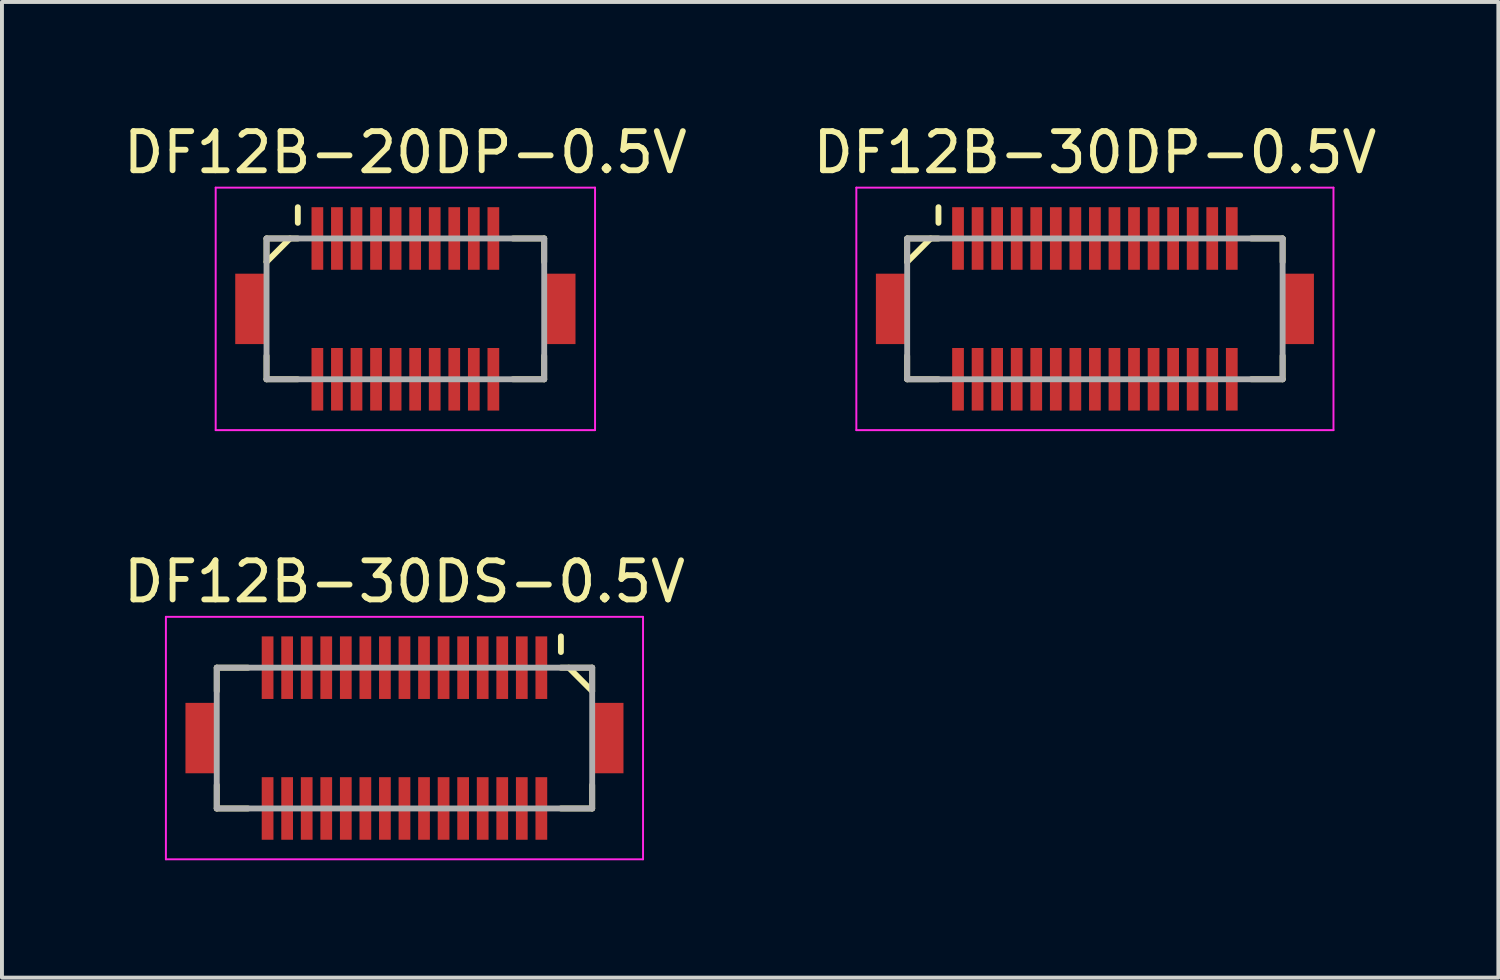
<source format=kicad_pcb>
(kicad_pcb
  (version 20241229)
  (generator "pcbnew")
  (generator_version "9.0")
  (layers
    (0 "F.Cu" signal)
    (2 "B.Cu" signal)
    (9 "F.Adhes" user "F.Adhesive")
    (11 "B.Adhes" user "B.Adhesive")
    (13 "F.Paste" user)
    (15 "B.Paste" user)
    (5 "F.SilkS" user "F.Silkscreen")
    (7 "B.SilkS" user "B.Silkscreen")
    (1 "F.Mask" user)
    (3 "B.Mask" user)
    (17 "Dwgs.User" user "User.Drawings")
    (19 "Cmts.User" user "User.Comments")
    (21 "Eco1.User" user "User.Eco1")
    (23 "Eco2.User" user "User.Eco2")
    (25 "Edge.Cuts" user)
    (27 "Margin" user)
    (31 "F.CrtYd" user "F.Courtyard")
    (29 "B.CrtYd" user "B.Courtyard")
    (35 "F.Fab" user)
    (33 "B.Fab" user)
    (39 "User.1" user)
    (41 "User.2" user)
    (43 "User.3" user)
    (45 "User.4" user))
  (footprint "DF12B-20DP-0.5V"
    (layer "F.Cu")
    (at 7.315 4.848)
    (property "Reference" "DF12B-20DP-0.5V" (at 0 -4 0) (layer "F.SilkS") (effects (font (size 1 1) (thickness 0.15))))
    (attr smd)
    (fp_line (start -3.55 -1.8) (end -3.55 -1.2) (stroke (width 0.15) (type solid)) (layer "F.SilkS"))
    (fp_line (start -3.55 -1.8) (end -2.75 -1.8) (stroke (width 0.15) (type solid)) (layer "F.SilkS"))
    (fp_line (start -3.55 1.2) (end -3.55 1.8) (stroke (width 0.15) (type solid)) (layer "F.SilkS"))
    (fp_line (start -3.55 1.8) (end -2.75 1.8) (stroke (width 0.15) (type solid)) (layer "F.SilkS"))
    (fp_line (start -2.95 -1.8) (end -3.55 -1.2) (stroke (width 0.15) (type solid)) (layer "F.SilkS"))
    (fp_line (start -2.75 -2.6) (end -2.75 -2.2) (stroke (width 0.15) (type solid)) (layer "F.SilkS"))
    (fp_line (start 2.75 -1.8) (end 3.55 -1.8) (stroke (width 0.15) (type solid)) (layer "F.SilkS"))
    (fp_line (start 2.75 1.8) (end 3.55 1.8) (stroke (width 0.15) (type solid)) (layer "F.SilkS"))
    (fp_line (start 3.55 -1.8) (end 3.55 -1.2) (stroke (width 0.15) (type solid)) (layer "F.SilkS"))
    (fp_line (start 3.55 1.2) (end 3.55 1.8) (stroke (width 0.15) (type solid)) (layer "F.SilkS"))
    (fp_line (start -4.85 -3.1) (end -4.85 3.1) (stroke (width 0.05) (type solid)) (layer "F.CrtYd"))
    (fp_line (start -4.85 -3.1) (end 4.85 -3.1) (stroke (width 0.05) (type solid)) (layer "F.CrtYd"))
    (fp_line (start -4.85 3.1) (end 4.85 3.1) (stroke (width 0.05) (type solid)) (layer "F.CrtYd"))
    (fp_line (start 4.85 -3.1) (end 4.85 3.1) (stroke (width 0.05) (type solid)) (layer "F.CrtYd"))
    (fp_line (start -3.55 -1.8) (end -3.55 1.8) (stroke (width 0.15) (type solid)) (layer "F.Fab"))
    (fp_line (start -3.55 -1.8) (end 3.55 -1.8) (stroke (width 0.15) (type solid)) (layer "F.Fab"))
    (fp_line (start -3.55 1.8) (end 3.55 1.8) (stroke (width 0.15) (type solid)) (layer "F.Fab"))
    (fp_line (start 3.55 -1.8) (end 3.55 1.8) (stroke (width 0.15) (type solid)) (layer "F.Fab"))
    (pad "1" smd rect (at -2.25 -1.8) (size 0.3 1.6) (layers "F.Cu" "F.Mask" "F.Paste"))
    (pad "2" smd rect (at -2.25 1.8) (size 0.3 1.6) (layers "F.Cu" "F.Mask" "F.Paste"))
    (pad "3" smd rect (at -1.75 -1.8) (size 0.3 1.6) (layers "F.Cu" "F.Mask" "F.Paste"))
    (pad "4" smd rect (at -1.75 1.8) (size 0.3 1.6) (layers "F.Cu" "F.Mask" "F.Paste"))
    (pad "5" smd rect (at -1.25 -1.8) (size 0.3 1.6) (layers "F.Cu" "F.Mask" "F.Paste"))
    (pad "6" smd rect (at -1.25 1.8) (size 0.3 1.6) (layers "F.Cu" "F.Mask" "F.Paste"))
    (pad "7" smd rect (at -0.75 -1.8) (size 0.3 1.6) (layers "F.Cu" "F.Mask" "F.Paste"))
    (pad "8" smd rect (at -0.75 1.8) (size 0.3 1.6) (layers "F.Cu" "F.Mask" "F.Paste"))
    (pad "9" smd rect (at -0.25 -1.8) (size 0.3 1.6) (layers "F.Cu" "F.Mask" "F.Paste"))
    (pad "10" smd rect (at -0.25 1.8) (size 0.3 1.6) (layers "F.Cu" "F.Mask" "F.Paste"))
    (pad "11" smd rect (at 0.25 -1.8) (size 0.3 1.6) (layers "F.Cu" "F.Mask" "F.Paste"))
    (pad "12" smd rect (at 0.25 1.8) (size 0.3 1.6) (layers "F.Cu" "F.Mask" "F.Paste"))
    (pad "13" smd rect (at 0.75 -1.8) (size 0.3 1.6) (layers "F.Cu" "F.Mask" "F.Paste"))
    (pad "14" smd rect (at 0.75 1.8) (size 0.3 1.6) (layers "F.Cu" "F.Mask" "F.Paste"))
    (pad "15" smd rect (at 1.25 -1.8) (size 0.3 1.6) (layers "F.Cu" "F.Mask" "F.Paste"))
    (pad "16" smd rect (at 1.25 1.8) (size 0.3 1.6) (layers "F.Cu" "F.Mask" "F.Paste"))
    (pad "17" smd rect (at 1.75 -1.8) (size 0.3 1.6) (layers "F.Cu" "F.Mask" "F.Paste"))
    (pad "18" smd rect (at 1.75 1.8) (size 0.3 1.6) (layers "F.Cu" "F.Mask" "F.Paste"))
    (pad "19" smd rect (at 2.25 -1.8) (size 0.3 1.6) (layers "F.Cu" "F.Mask" "F.Paste"))
    (pad "20" smd rect (at 2.25 1.8) (size 0.3 1.6) (layers "F.Cu" "F.Mask" "F.Paste"))
    (pad "S" smd rect (at -3.95 0) (size 0.8 1.8) (layers "F.Cu" "F.Mask" "F.Paste"))
    (pad "S" smd rect (at 3.95 0) (size 0.8 1.8) (layers "F.Cu" "F.Mask" "F.Paste")))
  (footprint "DF12B-30DS-0.5V"
    (layer "F.Cu")
    (at 7.292 15.822)
    (property "Reference" "DF12B-30DS-0.5V" (at 0 -4 0) (layer "F.SilkS") (effects (font (size 1 1) (thickness 0.15))))
    (attr smd)
    (fp_line (start -4.8 -1.8) (end -4.8 -1.2) (stroke (width 0.15) (type solid)) (layer "F.SilkS"))
    (fp_line (start -4.8 -1.8) (end -4 -1.8) (stroke (width 0.15) (type solid)) (layer "F.SilkS"))
    (fp_line (start -4.8 1.2) (end -4.8 1.8) (stroke (width 0.15) (type solid)) (layer "F.SilkS"))
    (fp_line (start -4.8 1.8) (end -4 1.8) (stroke (width 0.15) (type solid)) (layer "F.SilkS"))
    (fp_line (start 4 -2.6) (end 4 -2.2) (stroke (width 0.15) (type solid)) (layer "F.SilkS"))
    (fp_line (start 4 -1.8) (end 4.8 -1.8) (stroke (width 0.15) (type solid)) (layer "F.SilkS"))
    (fp_line (start 4 1.8) (end 4.8 1.8) (stroke (width 0.15) (type solid)) (layer "F.SilkS"))
    (fp_line (start 4.2 -1.8) (end 4.8 -1.2) (stroke (width 0.15) (type solid)) (layer "F.SilkS"))
    (fp_line (start 4.8 -1.8) (end 4.8 -1.2) (stroke (width 0.15) (type solid)) (layer "F.SilkS"))
    (fp_line (start 4.8 1.2) (end 4.8 1.8) (stroke (width 0.15) (type solid)) (layer "F.SilkS"))
    (fp_line (start -6.1 -3.1) (end -6.1 3.1) (stroke (width 0.05) (type solid)) (layer "F.CrtYd"))
    (fp_line (start -6.1 -3.1) (end 6.1 -3.1) (stroke (width 0.05) (type solid)) (layer "F.CrtYd"))
    (fp_line (start -6.1 3.1) (end 6.1 3.1) (stroke (width 0.05) (type solid)) (layer "F.CrtYd"))
    (fp_line (start 6.1 -3.1) (end 6.1 3.1) (stroke (width 0.05) (type solid)) (layer "F.CrtYd"))
    (fp_line (start -4.8 -1.8) (end -4.8 1.8) (stroke (width 0.15) (type solid)) (layer "F.Fab"))
    (fp_line (start -4.8 -1.8) (end 4.8 -1.8) (stroke (width 0.15) (type solid)) (layer "F.Fab"))
    (fp_line (start -4.8 1.8) (end 4.8 1.8) (stroke (width 0.15) (type solid)) (layer "F.Fab"))
    (fp_line (start 4.8 -1.8) (end 4.8 1.8) (stroke (width 0.15) (type solid)) (layer "F.Fab"))
    (pad "1" smd rect (at 3.5 -1.8) (size 0.3 1.6) (layers "F.Cu" "F.Mask" "F.Paste"))
    (pad "2" smd rect (at 3.5 1.8) (size 0.3 1.6) (layers "F.Cu" "F.Mask" "F.Paste"))
    (pad "3" smd rect (at 3 -1.8) (size 0.3 1.6) (layers "F.Cu" "F.Mask" "F.Paste"))
    (pad "4" smd rect (at 3 1.8) (size 0.3 1.6) (layers "F.Cu" "F.Mask" "F.Paste"))
    (pad "5" smd rect (at 2.5 -1.8) (size 0.3 1.6) (layers "F.Cu" "F.Mask" "F.Paste"))
    (pad "6" smd rect (at 2.5 1.8) (size 0.3 1.6) (layers "F.Cu" "F.Mask" "F.Paste"))
    (pad "7" smd rect (at 2 -1.8) (size 0.3 1.6) (layers "F.Cu" "F.Mask" "F.Paste"))
    (pad "8" smd rect (at 2 1.8) (size 0.3 1.6) (layers "F.Cu" "F.Mask" "F.Paste"))
    (pad "9" smd rect (at 1.5 -1.8) (size 0.3 1.6) (layers "F.Cu" "F.Mask" "F.Paste"))
    (pad "10" smd rect (at 1.5 1.8) (size 0.3 1.6) (layers "F.Cu" "F.Mask" "F.Paste"))
    (pad "11" smd rect (at 1 -1.8) (size 0.3 1.6) (layers "F.Cu" "F.Mask" "F.Paste"))
    (pad "12" smd rect (at 1 1.8) (size 0.3 1.6) (layers "F.Cu" "F.Mask" "F.Paste"))
    (pad "13" smd rect (at 0.5 -1.8) (size 0.3 1.6) (layers "F.Cu" "F.Mask" "F.Paste"))
    (pad "14" smd rect (at 0.5 1.8) (size 0.3 1.6) (layers "F.Cu" "F.Mask" "F.Paste"))
    (pad "15" smd rect (at 0 -1.8) (size 0.3 1.6) (layers "F.Cu" "F.Mask" "F.Paste"))
    (pad "16" smd rect (at 0 1.8) (size 0.3 1.6) (layers "F.Cu" "F.Mask" "F.Paste"))
    (pad "17" smd rect (at -0.5 -1.8) (size 0.3 1.6) (layers "F.Cu" "F.Mask" "F.Paste"))
    (pad "18" smd rect (at -0.5 1.8) (size 0.3 1.6) (layers "F.Cu" "F.Mask" "F.Paste"))
    (pad "19" smd rect (at -1 -1.8) (size 0.3 1.6) (layers "F.Cu" "F.Mask" "F.Paste"))
    (pad "20" smd rect (at -1 1.8) (size 0.3 1.6) (layers "F.Cu" "F.Mask" "F.Paste"))
    (pad "21" smd rect (at -1.5 -1.8) (size 0.3 1.6) (layers "F.Cu" "F.Mask" "F.Paste"))
    (pad "22" smd rect (at -1.5 1.8) (size 0.3 1.6) (layers "F.Cu" "F.Mask" "F.Paste"))
    (pad "23" smd rect (at -2 -1.8) (size 0.3 1.6) (layers "F.Cu" "F.Mask" "F.Paste"))
    (pad "24" smd rect (at -2 1.8) (size 0.3 1.6) (layers "F.Cu" "F.Mask" "F.Paste"))
    (pad "25" smd rect (at -2.5 -1.8) (size 0.3 1.6) (layers "F.Cu" "F.Mask" "F.Paste"))
    (pad "26" smd rect (at -2.5 1.8) (size 0.3 1.6) (layers "F.Cu" "F.Mask" "F.Paste"))
    (pad "27" smd rect (at -3 -1.8) (size 0.3 1.6) (layers "F.Cu" "F.Mask" "F.Paste"))
    (pad "28" smd rect (at -3 1.8) (size 0.3 1.6) (layers "F.Cu" "F.Mask" "F.Paste"))
    (pad "29" smd rect (at -3.5 -1.8) (size 0.3 1.6) (layers "F.Cu" "F.Mask" "F.Paste"))
    (pad "30" smd rect (at -3.5 1.8) (size 0.3 1.6) (layers "F.Cu" "F.Mask" "F.Paste"))
    (pad "S" smd rect (at -5.2 0) (size 0.8 1.8) (layers "F.Cu" "F.Mask" "F.Paste"))
    (pad "S" smd rect (at 5.2 0) (size 0.8 1.8) (layers "F.Cu" "F.Mask" "F.Paste")))
  (footprint "DF12B-30DP-0.5V"
    (layer "F.Cu")
    (at 24.946 4.848)
    (property "Reference" "DF12B-30DP-0.5V" (at 0 -4 0) (layer "F.SilkS") (effects (font (size 1 1) (thickness 0.15))))
    (attr smd)
    (fp_line (start -4.8 -1.8) (end -4.8 -1.2) (stroke (width 0.15) (type solid)) (layer "F.SilkS"))
    (fp_line (start -4.8 -1.8) (end -4 -1.8) (stroke (width 0.15) (type solid)) (layer "F.SilkS"))
    (fp_line (start -4.8 1.2) (end -4.8 1.8) (stroke (width 0.15) (type solid)) (layer "F.SilkS"))
    (fp_line (start -4.8 1.8) (end -4 1.8) (stroke (width 0.15) (type solid)) (layer "F.SilkS"))
    (fp_line (start -4.2 -1.8) (end -4.8 -1.2) (stroke (width 0.15) (type solid)) (layer "F.SilkS"))
    (fp_line (start -4 -2.6) (end -4 -2.2) (stroke (width 0.15) (type solid)) (layer "F.SilkS"))
    (fp_line (start 4 -1.8) (end 4.8 -1.8) (stroke (width 0.15) (type solid)) (layer "F.SilkS"))
    (fp_line (start 4 1.8) (end 4.8 1.8) (stroke (width 0.15) (type solid)) (layer "F.SilkS"))
    (fp_line (start 4.8 -1.8) (end 4.8 -1.2) (stroke (width 0.15) (type solid)) (layer "F.SilkS"))
    (fp_line (start 4.8 1.2) (end 4.8 1.8) (stroke (width 0.15) (type solid)) (layer "F.SilkS"))
    (fp_line (start -6.1 -3.1) (end -6.1 3.1) (stroke (width 0.05) (type solid)) (layer "F.CrtYd"))
    (fp_line (start -6.1 -3.1) (end 6.1 -3.1) (stroke (width 0.05) (type solid)) (layer "F.CrtYd"))
    (fp_line (start -6.1 3.1) (end 6.1 3.1) (stroke (width 0.05) (type solid)) (layer "F.CrtYd"))
    (fp_line (start 6.1 -3.1) (end 6.1 3.1) (stroke (width 0.05) (type solid)) (layer "F.CrtYd"))
    (fp_line (start -4.8 -1.8) (end -4.8 1.8) (stroke (width 0.15) (type solid)) (layer "F.Fab"))
    (fp_line (start -4.8 -1.8) (end 4.8 -1.8) (stroke (width 0.15) (type solid)) (layer "F.Fab"))
    (fp_line (start -4.8 1.8) (end 4.8 1.8) (stroke (width 0.15) (type solid)) (layer "F.Fab"))
    (fp_line (start 4.8 -1.8) (end 4.8 1.8) (stroke (width 0.15) (type solid)) (layer "F.Fab"))
    (pad "1" smd rect (at -3.5 -1.8) (size 0.3 1.6) (layers "F.Cu" "F.Mask" "F.Paste"))
    (pad "2" smd rect (at -3.5 1.8) (size 0.3 1.6) (layers "F.Cu" "F.Mask" "F.Paste"))
    (pad "3" smd rect (at -3 -1.8) (size 0.3 1.6) (layers "F.Cu" "F.Mask" "F.Paste"))
    (pad "4" smd rect (at -3 1.8) (size 0.3 1.6) (layers "F.Cu" "F.Mask" "F.Paste"))
    (pad "5" smd rect (at -2.5 -1.8) (size 0.3 1.6) (layers "F.Cu" "F.Mask" "F.Paste"))
    (pad "6" smd rect (at -2.5 1.8) (size 0.3 1.6) (layers "F.Cu" "F.Mask" "F.Paste"))
    (pad "7" smd rect (at -2 -1.8) (size 0.3 1.6) (layers "F.Cu" "F.Mask" "F.Paste"))
    (pad "8" smd rect (at -2 1.8) (size 0.3 1.6) (layers "F.Cu" "F.Mask" "F.Paste"))
    (pad "9" smd rect (at -1.5 -1.8) (size 0.3 1.6) (layers "F.Cu" "F.Mask" "F.Paste"))
    (pad "10" smd rect (at -1.5 1.8) (size 0.3 1.6) (layers "F.Cu" "F.Mask" "F.Paste"))
    (pad "11" smd rect (at -1 -1.8) (size 0.3 1.6) (layers "F.Cu" "F.Mask" "F.Paste"))
    (pad "12" smd rect (at -1 1.8) (size 0.3 1.6) (layers "F.Cu" "F.Mask" "F.Paste"))
    (pad "13" smd rect (at -0.5 -1.8) (size 0.3 1.6) (layers "F.Cu" "F.Mask" "F.Paste"))
    (pad "14" smd rect (at -0.5 1.8) (size 0.3 1.6) (layers "F.Cu" "F.Mask" "F.Paste"))
    (pad "15" smd rect (at 0 -1.8) (size 0.3 1.6) (layers "F.Cu" "F.Mask" "F.Paste"))
    (pad "16" smd rect (at 0 1.8) (size 0.3 1.6) (layers "F.Cu" "F.Mask" "F.Paste"))
    (pad "17" smd rect (at 0.5 -1.8) (size 0.3 1.6) (layers "F.Cu" "F.Mask" "F.Paste"))
    (pad "18" smd rect (at 0.5 1.8) (size 0.3 1.6) (layers "F.Cu" "F.Mask" "F.Paste"))
    (pad "19" smd rect (at 1 -1.8) (size 0.3 1.6) (layers "F.Cu" "F.Mask" "F.Paste"))
    (pad "20" smd rect (at 1 1.8) (size 0.3 1.6) (layers "F.Cu" "F.Mask" "F.Paste"))
    (pad "21" smd rect (at 1.5 -1.8) (size 0.3 1.6) (layers "F.Cu" "F.Mask" "F.Paste"))
    (pad "22" smd rect (at 1.5 1.8) (size 0.3 1.6) (layers "F.Cu" "F.Mask" "F.Paste"))
    (pad "23" smd rect (at 2 -1.8) (size 0.3 1.6) (layers "F.Cu" "F.Mask" "F.Paste"))
    (pad "24" smd rect (at 2 1.8) (size 0.3 1.6) (layers "F.Cu" "F.Mask" "F.Paste"))
    (pad "25" smd rect (at 2.5 -1.8) (size 0.3 1.6) (layers "F.Cu" "F.Mask" "F.Paste"))
    (pad "26" smd rect (at 2.5 1.8) (size 0.3 1.6) (layers "F.Cu" "F.Mask" "F.Paste"))
    (pad "27" smd rect (at 3 -1.8) (size 0.3 1.6) (layers "F.Cu" "F.Mask" "F.Paste"))
    (pad "28" smd rect (at 3 1.8) (size 0.3 1.6) (layers "F.Cu" "F.Mask" "F.Paste"))
    (pad "29" smd rect (at 3.5 -1.8) (size 0.3 1.6) (layers "F.Cu" "F.Mask" "F.Paste"))
    (pad "30" smd rect (at 3.5 1.8) (size 0.3 1.6) (layers "F.Cu" "F.Mask" "F.Paste"))
    (pad "S" smd rect (at -5.2 0) (size 0.8 1.8) (layers "F.Cu" "F.Mask" "F.Paste"))
    (pad "S" smd rect (at 5.2 0) (size 0.8 1.8) (layers "F.Cu" "F.Mask" "F.Paste")))
  (gr_rect
    (start -3 -3)
    (end 35.262 21.947)
    (stroke (width 0.1) (type default))
    (fill no)
    (layer "Edge.Cuts")))
</source>
